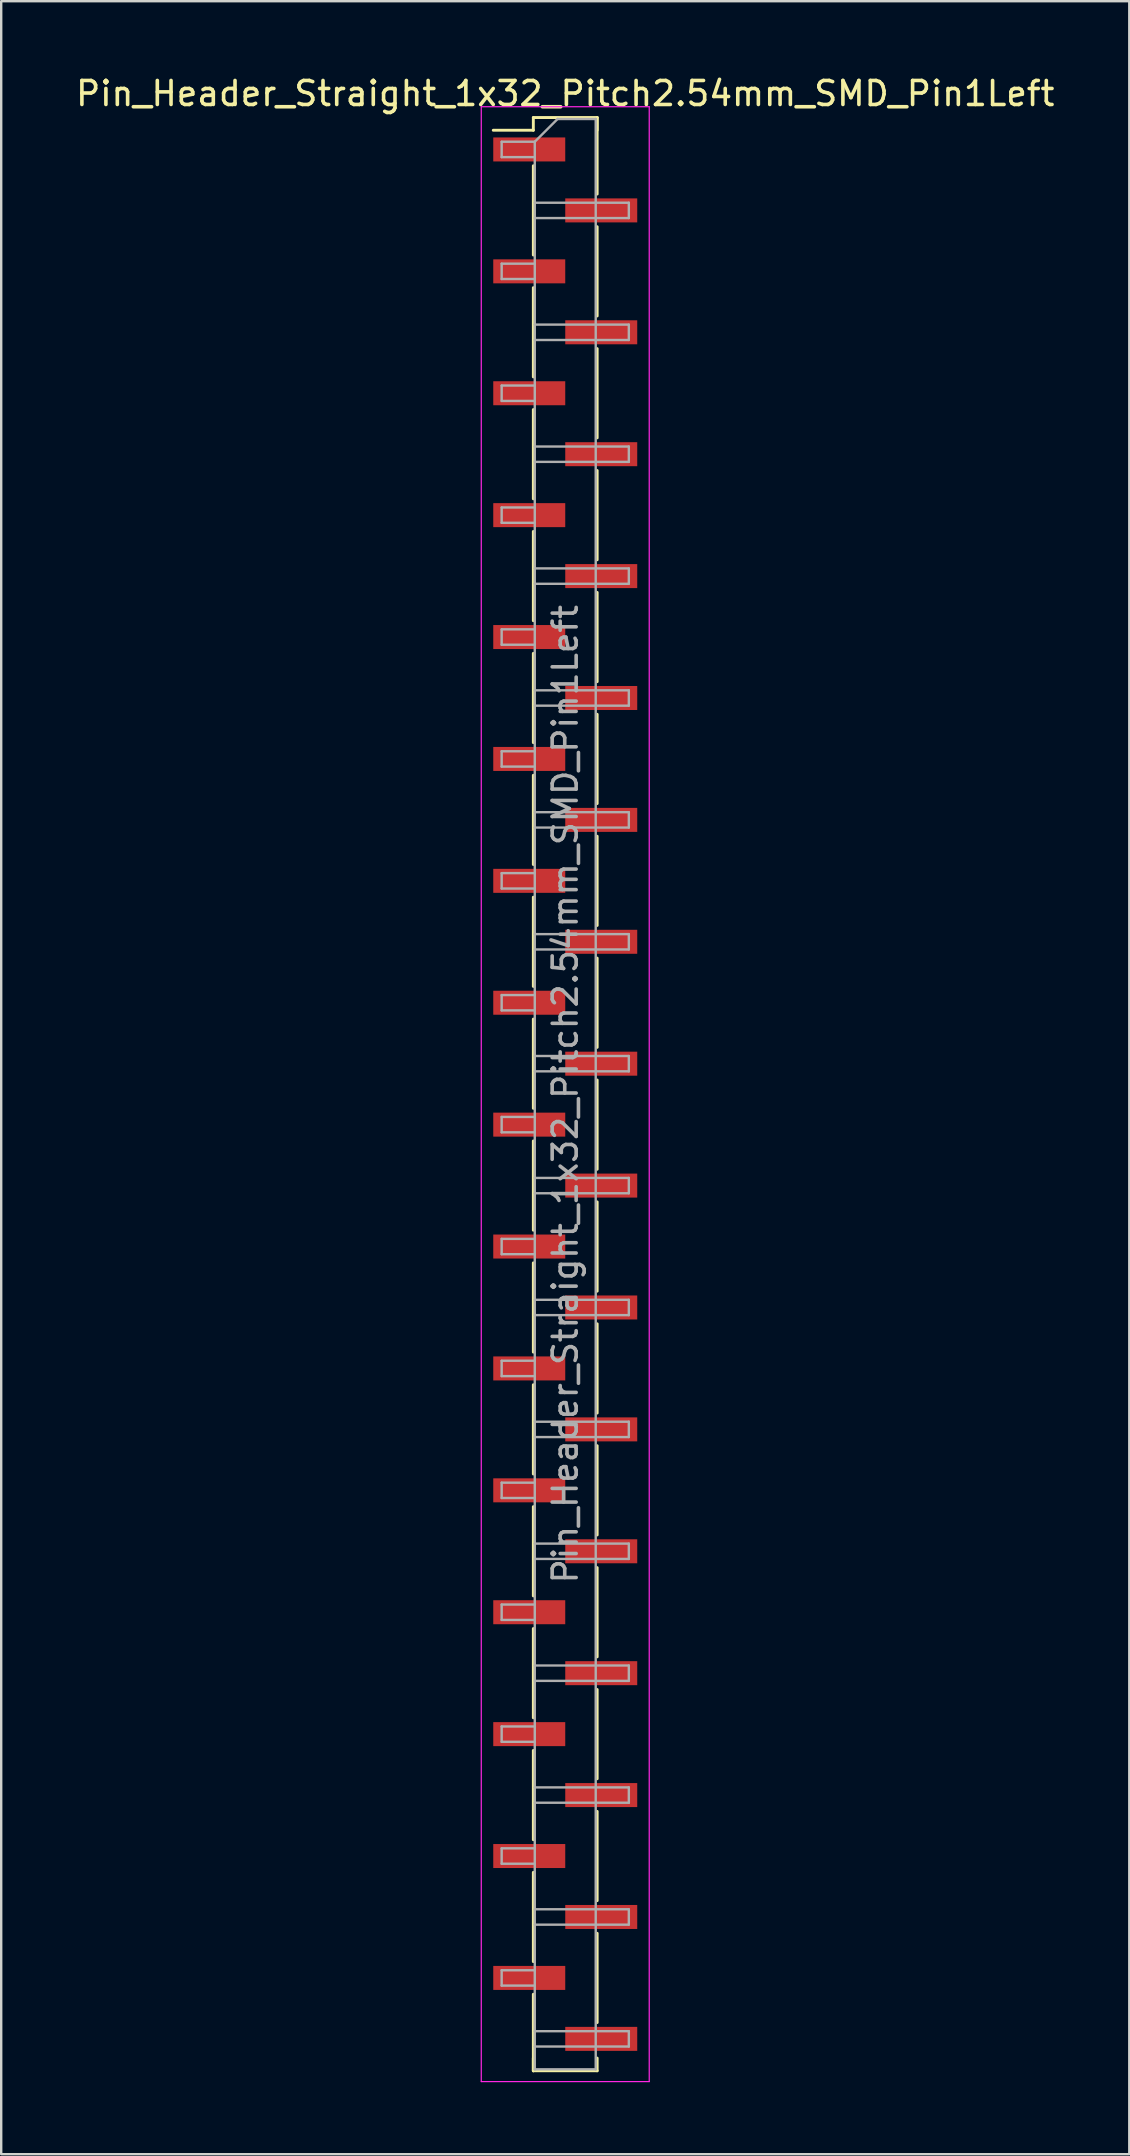
<source format=kicad_pcb>
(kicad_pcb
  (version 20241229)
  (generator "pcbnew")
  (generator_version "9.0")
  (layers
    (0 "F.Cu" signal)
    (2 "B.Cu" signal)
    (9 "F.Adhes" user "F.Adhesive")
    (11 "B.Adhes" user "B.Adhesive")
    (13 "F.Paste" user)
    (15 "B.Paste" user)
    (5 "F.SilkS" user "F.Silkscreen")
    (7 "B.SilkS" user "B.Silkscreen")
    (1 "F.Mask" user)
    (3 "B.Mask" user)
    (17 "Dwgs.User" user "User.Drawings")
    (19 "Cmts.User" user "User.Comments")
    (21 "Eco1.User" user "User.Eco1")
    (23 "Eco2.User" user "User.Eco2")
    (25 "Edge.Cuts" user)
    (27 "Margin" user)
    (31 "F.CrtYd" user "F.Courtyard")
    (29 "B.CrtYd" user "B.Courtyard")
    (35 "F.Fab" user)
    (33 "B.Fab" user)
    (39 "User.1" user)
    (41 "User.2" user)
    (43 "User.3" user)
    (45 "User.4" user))
  (footprint "Pin_Header_Straight_1x32_Pitch2.54mm_SMD_Pin1Left"
    (layer "F.Cu")
    (at 20.506 42.548)
    (property "Reference" "Pin_Header_Straight_1x32_Pitch2.54mm_SMD_Pin1Left" (at 0 -41.7 0) (layer "F.SilkS") (effects (font (size 1 1) (thickness 0.15))))
    (attr smd)
    (fp_line (start -1.33 -40.7) (end 1.33 -40.7) (stroke (width 0.12) (type solid)) (layer "F.SilkS"))
    (fp_line (start -1.33 -40.17) (end -3 -40.17) (stroke (width 0.12) (type solid)) (layer "F.SilkS"))
    (fp_line (start -1.33 -40.17) (end -1.33 -40.7) (stroke (width 0.12) (type solid)) (layer "F.SilkS"))
    (fp_line (start -1.33 -38.69) (end -1.33 -34.97) (stroke (width 0.12) (type solid)) (layer "F.SilkS"))
    (fp_line (start -1.33 -33.61) (end -1.33 -29.89) (stroke (width 0.12) (type solid)) (layer "F.SilkS"))
    (fp_line (start -1.33 -28.53) (end -1.33 -24.81) (stroke (width 0.12) (type solid)) (layer "F.SilkS"))
    (fp_line (start -1.33 -23.45) (end -1.33 -19.73) (stroke (width 0.12) (type solid)) (layer "F.SilkS"))
    (fp_line (start -1.33 -18.37) (end -1.33 -14.65) (stroke (width 0.12) (type solid)) (layer "F.SilkS"))
    (fp_line (start -1.33 -13.29) (end -1.33 -9.57) (stroke (width 0.12) (type solid)) (layer "F.SilkS"))
    (fp_line (start -1.33 -8.21) (end -1.33 -4.49) (stroke (width 0.12) (type solid)) (layer "F.SilkS"))
    (fp_line (start -1.33 -3.13) (end -1.33 0.59) (stroke (width 0.12) (type solid)) (layer "F.SilkS"))
    (fp_line (start -1.33 1.95) (end -1.33 5.67) (stroke (width 0.12) (type solid)) (layer "F.SilkS"))
    (fp_line (start -1.33 7.03) (end -1.33 10.75) (stroke (width 0.12) (type solid)) (layer "F.SilkS"))
    (fp_line (start -1.33 12.11) (end -1.33 15.83) (stroke (width 0.12) (type solid)) (layer "F.SilkS"))
    (fp_line (start -1.33 17.19) (end -1.33 20.91) (stroke (width 0.12) (type solid)) (layer "F.SilkS"))
    (fp_line (start -1.33 22.27) (end -1.33 25.99) (stroke (width 0.12) (type solid)) (layer "F.SilkS"))
    (fp_line (start -1.33 27.35) (end -1.33 31.07) (stroke (width 0.12) (type solid)) (layer "F.SilkS"))
    (fp_line (start -1.33 32.43) (end -1.33 36.15) (stroke (width 0.12) (type solid)) (layer "F.SilkS"))
    (fp_line (start -1.33 37.51) (end -1.33 40.7) (stroke (width 0.12) (type solid)) (layer "F.SilkS"))
    (fp_line (start -1.33 40.17) (end -1.33 40.7) (stroke (width 0.12) (type solid)) (layer "F.SilkS"))
    (fp_line (start -1.33 40.7) (end 1.33 40.7) (stroke (width 0.12) (type solid)) (layer "F.SilkS"))
    (fp_line (start 1.33 -40.7) (end 1.33 -40.17) (stroke (width 0.12) (type solid)) (layer "F.SilkS"))
    (fp_line (start 1.33 -40.7) (end 1.33 -37.51) (stroke (width 0.12) (type solid)) (layer "F.SilkS"))
    (fp_line (start 1.33 -36.15) (end 1.33 -32.43) (stroke (width 0.12) (type solid)) (layer "F.SilkS"))
    (fp_line (start 1.33 -31.07) (end 1.33 -27.35) (stroke (width 0.12) (type solid)) (layer "F.SilkS"))
    (fp_line (start 1.33 -25.99) (end 1.33 -22.27) (stroke (width 0.12) (type solid)) (layer "F.SilkS"))
    (fp_line (start 1.33 -20.91) (end 1.33 -17.19) (stroke (width 0.12) (type solid)) (layer "F.SilkS"))
    (fp_line (start 1.33 -15.83) (end 1.33 -12.11) (stroke (width 0.12) (type solid)) (layer "F.SilkS"))
    (fp_line (start 1.33 -10.75) (end 1.33 -7.03) (stroke (width 0.12) (type solid)) (layer "F.SilkS"))
    (fp_line (start 1.33 -5.67) (end 1.33 -1.95) (stroke (width 0.12) (type solid)) (layer "F.SilkS"))
    (fp_line (start 1.33 -0.59) (end 1.33 3.13) (stroke (width 0.12) (type solid)) (layer "F.SilkS"))
    (fp_line (start 1.33 4.49) (end 1.33 8.21) (stroke (width 0.12) (type solid)) (layer "F.SilkS"))
    (fp_line (start 1.33 9.57) (end 1.33 13.29) (stroke (width 0.12) (type solid)) (layer "F.SilkS"))
    (fp_line (start 1.33 14.65) (end 1.33 18.37) (stroke (width 0.12) (type solid)) (layer "F.SilkS"))
    (fp_line (start 1.33 19.73) (end 1.33 23.45) (stroke (width 0.12) (type solid)) (layer "F.SilkS"))
    (fp_line (start 1.33 24.81) (end 1.33 28.53) (stroke (width 0.12) (type solid)) (layer "F.SilkS"))
    (fp_line (start 1.33 29.89) (end 1.33 33.61) (stroke (width 0.12) (type solid)) (layer "F.SilkS"))
    (fp_line (start 1.33 34.97) (end 1.33 38.69) (stroke (width 0.12) (type solid)) (layer "F.SilkS"))
    (fp_line (start 1.33 40.7) (end 1.33 40.17) (stroke (width 0.12) (type solid)) (layer "F.SilkS"))
    (fp_line (start -3.5 -41.15) (end -3.5 41.15) (stroke (width 0.05) (type solid)) (layer "F.CrtYd"))
    (fp_line (start -3.5 41.15) (end 3.5 41.15) (stroke (width 0.05) (type solid)) (layer "F.CrtYd"))
    (fp_line (start 3.5 -41.15) (end -3.5 -41.15) (stroke (width 0.05) (type solid)) (layer "F.CrtYd"))
    (fp_line (start 3.5 41.15) (end 3.5 -41.15) (stroke (width 0.05) (type solid)) (layer "F.CrtYd"))
    (fp_line (start -2.65 -39.69) (end -2.65 -39.05) (stroke (width 0.1) (type solid)) (layer "F.Fab"))
    (fp_line (start -2.65 -39.05) (end -1.27 -39.05) (stroke (width 0.1) (type solid)) (layer "F.Fab"))
    (fp_line (start -2.65 -34.61) (end -2.65 -33.97) (stroke (width 0.1) (type solid)) (layer "F.Fab"))
    (fp_line (start -2.65 -33.97) (end -1.27 -33.97) (stroke (width 0.1) (type solid)) (layer "F.Fab"))
    (fp_line (start -2.65 -29.53) (end -2.65 -28.89) (stroke (width 0.1) (type solid)) (layer "F.Fab"))
    (fp_line (start -2.65 -28.89) (end -1.27 -28.89) (stroke (width 0.1) (type solid)) (layer "F.Fab"))
    (fp_line (start -2.65 -24.45) (end -2.65 -23.81) (stroke (width 0.1) (type solid)) (layer "F.Fab"))
    (fp_line (start -2.65 -23.81) (end -1.27 -23.81) (stroke (width 0.1) (type solid)) (layer "F.Fab"))
    (fp_line (start -2.65 -19.37) (end -2.65 -18.73) (stroke (width 0.1) (type solid)) (layer "F.Fab"))
    (fp_line (start -2.65 -18.73) (end -1.27 -18.73) (stroke (width 0.1) (type solid)) (layer "F.Fab"))
    (fp_line (start -2.65 -14.29) (end -2.65 -13.65) (stroke (width 0.1) (type solid)) (layer "F.Fab"))
    (fp_line (start -2.65 -13.65) (end -1.27 -13.65) (stroke (width 0.1) (type solid)) (layer "F.Fab"))
    (fp_line (start -2.65 -9.21) (end -2.65 -8.57) (stroke (width 0.1) (type solid)) (layer "F.Fab"))
    (fp_line (start -2.65 -8.57) (end -1.27 -8.57) (stroke (width 0.1) (type solid)) (layer "F.Fab"))
    (fp_line (start -2.65 -4.13) (end -2.65 -3.49) (stroke (width 0.1) (type solid)) (layer "F.Fab"))
    (fp_line (start -2.65 -3.49) (end -1.27 -3.49) (stroke (width 0.1) (type solid)) (layer "F.Fab"))
    (fp_line (start -2.65 0.95) (end -2.65 1.59) (stroke (width 0.1) (type solid)) (layer "F.Fab"))
    (fp_line (start -2.65 1.59) (end -1.27 1.59) (stroke (width 0.1) (type solid)) (layer "F.Fab"))
    (fp_line (start -2.65 6.03) (end -2.65 6.67) (stroke (width 0.1) (type solid)) (layer "F.Fab"))
    (fp_line (start -2.65 6.67) (end -1.27 6.67) (stroke (width 0.1) (type solid)) (layer "F.Fab"))
    (fp_line (start -2.65 11.11) (end -2.65 11.75) (stroke (width 0.1) (type solid)) (layer "F.Fab"))
    (fp_line (start -2.65 11.75) (end -1.27 11.75) (stroke (width 0.1) (type solid)) (layer "F.Fab"))
    (fp_line (start -2.65 16.19) (end -2.65 16.83) (stroke (width 0.1) (type solid)) (layer "F.Fab"))
    (fp_line (start -2.65 16.83) (end -1.27 16.83) (stroke (width 0.1) (type solid)) (layer "F.Fab"))
    (fp_line (start -2.65 21.27) (end -2.65 21.91) (stroke (width 0.1) (type solid)) (layer "F.Fab"))
    (fp_line (start -2.65 21.91) (end -1.27 21.91) (stroke (width 0.1) (type solid)) (layer "F.Fab"))
    (fp_line (start -2.65 26.35) (end -2.65 26.99) (stroke (width 0.1) (type solid)) (layer "F.Fab"))
    (fp_line (start -2.65 26.99) (end -1.27 26.99) (stroke (width 0.1) (type solid)) (layer "F.Fab"))
    (fp_line (start -2.65 31.43) (end -2.65 32.07) (stroke (width 0.1) (type solid)) (layer "F.Fab"))
    (fp_line (start -2.65 32.07) (end -1.27 32.07) (stroke (width 0.1) (type solid)) (layer "F.Fab"))
    (fp_line (start -2.65 36.51) (end -2.65 37.15) (stroke (width 0.1) (type solid)) (layer "F.Fab"))
    (fp_line (start -2.65 37.15) (end -1.27 37.15) (stroke (width 0.1) (type solid)) (layer "F.Fab"))
    (fp_line (start -1.27 -39.69) (end -2.65 -39.69) (stroke (width 0.1) (type solid)) (layer "F.Fab"))
    (fp_line (start -1.27 -39.69) (end -0.32 -40.64) (stroke (width 0.1) (type solid)) (layer "F.Fab"))
    (fp_line (start -1.27 -37.15) (end 2.65 -37.15) (stroke (width 0.1) (type solid)) (layer "F.Fab"))
    (fp_line (start -1.27 -34.61) (end -2.65 -34.61) (stroke (width 0.1) (type solid)) (layer "F.Fab"))
    (fp_line (start -1.27 -32.07) (end 2.65 -32.07) (stroke (width 0.1) (type solid)) (layer "F.Fab"))
    (fp_line (start -1.27 -29.53) (end -2.65 -29.53) (stroke (width 0.1) (type solid)) (layer "F.Fab"))
    (fp_line (start -1.27 -26.99) (end 2.65 -26.99) (stroke (width 0.1) (type solid)) (layer "F.Fab"))
    (fp_line (start -1.27 -24.45) (end -2.65 -24.45) (stroke (width 0.1) (type solid)) (layer "F.Fab"))
    (fp_line (start -1.27 -21.91) (end 2.65 -21.91) (stroke (width 0.1) (type solid)) (layer "F.Fab"))
    (fp_line (start -1.27 -19.37) (end -2.65 -19.37) (stroke (width 0.1) (type solid)) (layer "F.Fab"))
    (fp_line (start -1.27 -16.83) (end 2.65 -16.83) (stroke (width 0.1) (type solid)) (layer "F.Fab"))
    (fp_line (start -1.27 -14.29) (end -2.65 -14.29) (stroke (width 0.1) (type solid)) (layer "F.Fab"))
    (fp_line (start -1.27 -11.75) (end 2.65 -11.75) (stroke (width 0.1) (type solid)) (layer "F.Fab"))
    (fp_line (start -1.27 -9.21) (end -2.65 -9.21) (stroke (width 0.1) (type solid)) (layer "F.Fab"))
    (fp_line (start -1.27 -6.67) (end 2.65 -6.67) (stroke (width 0.1) (type solid)) (layer "F.Fab"))
    (fp_line (start -1.27 -4.13) (end -2.65 -4.13) (stroke (width 0.1) (type solid)) (layer "F.Fab"))
    (fp_line (start -1.27 -1.59) (end 2.65 -1.59) (stroke (width 0.1) (type solid)) (layer "F.Fab"))
    (fp_line (start -1.27 0.95) (end -2.65 0.95) (stroke (width 0.1) (type solid)) (layer "F.Fab"))
    (fp_line (start -1.27 3.49) (end 2.65 3.49) (stroke (width 0.1) (type solid)) (layer "F.Fab"))
    (fp_line (start -1.27 6.03) (end -2.65 6.03) (stroke (width 0.1) (type solid)) (layer "F.Fab"))
    (fp_line (start -1.27 8.57) (end 2.65 8.57) (stroke (width 0.1) (type solid)) (layer "F.Fab"))
    (fp_line (start -1.27 11.11) (end -2.65 11.11) (stroke (width 0.1) (type solid)) (layer "F.Fab"))
    (fp_line (start -1.27 13.65) (end 2.65 13.65) (stroke (width 0.1) (type solid)) (layer "F.Fab"))
    (fp_line (start -1.27 16.19) (end -2.65 16.19) (stroke (width 0.1) (type solid)) (layer "F.Fab"))
    (fp_line (start -1.27 18.73) (end 2.65 18.73) (stroke (width 0.1) (type solid)) (layer "F.Fab"))
    (fp_line (start -1.27 21.27) (end -2.65 21.27) (stroke (width 0.1) (type solid)) (layer "F.Fab"))
    (fp_line (start -1.27 23.81) (end 2.65 23.81) (stroke (width 0.1) (type solid)) (layer "F.Fab"))
    (fp_line (start -1.27 26.35) (end -2.65 26.35) (stroke (width 0.1) (type solid)) (layer "F.Fab"))
    (fp_line (start -1.27 28.89) (end 2.65 28.89) (stroke (width 0.1) (type solid)) (layer "F.Fab"))
    (fp_line (start -1.27 31.43) (end -2.65 31.43) (stroke (width 0.1) (type solid)) (layer "F.Fab"))
    (fp_line (start -1.27 33.97) (end 2.65 33.97) (stroke (width 0.1) (type solid)) (layer "F.Fab"))
    (fp_line (start -1.27 36.51) (end -2.65 36.51) (stroke (width 0.1) (type solid)) (layer "F.Fab"))
    (fp_line (start -1.27 39.05) (end 2.65 39.05) (stroke (width 0.1) (type solid)) (layer "F.Fab"))
    (fp_line (start -1.27 40.64) (end -1.27 -39.69) (stroke (width 0.1) (type solid)) (layer "F.Fab"))
    (fp_line (start -0.32 -40.64) (end 1.27 -40.64) (stroke (width 0.1) (type solid)) (layer "F.Fab"))
    (fp_line (start 1.27 -40.64) (end 1.27 40.64) (stroke (width 0.1) (type solid)) (layer "F.Fab"))
    (fp_line (start 1.27 40.64) (end -1.27 40.64) (stroke (width 0.1) (type solid)) (layer "F.Fab"))
    (fp_line (start 2.65 -37.15) (end 2.65 -36.51) (stroke (width 0.1) (type solid)) (layer "F.Fab"))
    (fp_line (start 2.65 -36.51) (end -1.27 -36.51) (stroke (width 0.1) (type solid)) (layer "F.Fab"))
    (fp_line (start 2.65 -32.07) (end 2.65 -31.43) (stroke (width 0.1) (type solid)) (layer "F.Fab"))
    (fp_line (start 2.65 -31.43) (end -1.27 -31.43) (stroke (width 0.1) (type solid)) (layer "F.Fab"))
    (fp_line (start 2.65 -26.99) (end 2.65 -26.35) (stroke (width 0.1) (type solid)) (layer "F.Fab"))
    (fp_line (start 2.65 -26.35) (end -1.27 -26.35) (stroke (width 0.1) (type solid)) (layer "F.Fab"))
    (fp_line (start 2.65 -21.91) (end 2.65 -21.27) (stroke (width 0.1) (type solid)) (layer "F.Fab"))
    (fp_line (start 2.65 -21.27) (end -1.27 -21.27) (stroke (width 0.1) (type solid)) (layer "F.Fab"))
    (fp_line (start 2.65 -16.83) (end 2.65 -16.19) (stroke (width 0.1) (type solid)) (layer "F.Fab"))
    (fp_line (start 2.65 -16.19) (end -1.27 -16.19) (stroke (width 0.1) (type solid)) (layer "F.Fab"))
    (fp_line (start 2.65 -11.75) (end 2.65 -11.11) (stroke (width 0.1) (type solid)) (layer "F.Fab"))
    (fp_line (start 2.65 -11.11) (end -1.27 -11.11) (stroke (width 0.1) (type solid)) (layer "F.Fab"))
    (fp_line (start 2.65 -6.67) (end 2.65 -6.03) (stroke (width 0.1) (type solid)) (layer "F.Fab"))
    (fp_line (start 2.65 -6.03) (end -1.27 -6.03) (stroke (width 0.1) (type solid)) (layer "F.Fab"))
    (fp_line (start 2.65 -1.59) (end 2.65 -0.95) (stroke (width 0.1) (type solid)) (layer "F.Fab"))
    (fp_line (start 2.65 -0.95) (end -1.27 -0.95) (stroke (width 0.1) (type solid)) (layer "F.Fab"))
    (fp_line (start 2.65 3.49) (end 2.65 4.13) (stroke (width 0.1) (type solid)) (layer "F.Fab"))
    (fp_line (start 2.65 4.13) (end -1.27 4.13) (stroke (width 0.1) (type solid)) (layer "F.Fab"))
    (fp_line (start 2.65 8.57) (end 2.65 9.21) (stroke (width 0.1) (type solid)) (layer "F.Fab"))
    (fp_line (start 2.65 9.21) (end -1.27 9.21) (stroke (width 0.1) (type solid)) (layer "F.Fab"))
    (fp_line (start 2.65 13.65) (end 2.65 14.29) (stroke (width 0.1) (type solid)) (layer "F.Fab"))
    (fp_line (start 2.65 14.29) (end -1.27 14.29) (stroke (width 0.1) (type solid)) (layer "F.Fab"))
    (fp_line (start 2.65 18.73) (end 2.65 19.37) (stroke (width 0.1) (type solid)) (layer "F.Fab"))
    (fp_line (start 2.65 19.37) (end -1.27 19.37) (stroke (width 0.1) (type solid)) (layer "F.Fab"))
    (fp_line (start 2.65 23.81) (end 2.65 24.45) (stroke (width 0.1) (type solid)) (layer "F.Fab"))
    (fp_line (start 2.65 24.45) (end -1.27 24.45) (stroke (width 0.1) (type solid)) (layer "F.Fab"))
    (fp_line (start 2.65 28.89) (end 2.65 29.53) (stroke (width 0.1) (type solid)) (layer "F.Fab"))
    (fp_line (start 2.65 29.53) (end -1.27 29.53) (stroke (width 0.1) (type solid)) (layer "F.Fab"))
    (fp_line (start 2.65 33.97) (end 2.65 34.61) (stroke (width 0.1) (type solid)) (layer "F.Fab"))
    (fp_line (start 2.65 34.61) (end -1.27 34.61) (stroke (width 0.1) (type solid)) (layer "F.Fab"))
    (fp_line (start 2.65 39.05) (end 2.65 39.69) (stroke (width 0.1) (type solid)) (layer "F.Fab"))
    (fp_line (start 2.65 39.69) (end -1.27 39.69) (stroke (width 0.1) (type solid)) (layer "F.Fab"))
    (fp_text user "${REFERENCE}" (at 0 0 90) (layer "F.Fab") (effects (font (size 1 1) (thickness 0.15))))
    (pad "1" smd rect (at -1.5 -39.37) (size 3 1) (layers "F.Cu" "F.Mask" "F.Paste"))
    (pad "2" smd rect (at 1.5 -36.83) (size 3 1) (layers "F.Cu" "F.Mask" "F.Paste"))
    (pad "3" smd rect (at -1.5 -34.29) (size 3 1) (layers "F.Cu" "F.Mask" "F.Paste"))
    (pad "4" smd rect (at 1.5 -31.75) (size 3 1) (layers "F.Cu" "F.Mask" "F.Paste"))
    (pad "5" smd rect (at -1.5 -29.21) (size 3 1) (layers "F.Cu" "F.Mask" "F.Paste"))
    (pad "6" smd rect (at 1.5 -26.67) (size 3 1) (layers "F.Cu" "F.Mask" "F.Paste"))
    (pad "7" smd rect (at -1.5 -24.13) (size 3 1) (layers "F.Cu" "F.Mask" "F.Paste"))
    (pad "8" smd rect (at 1.5 -21.59) (size 3 1) (layers "F.Cu" "F.Mask" "F.Paste"))
    (pad "9" smd rect (at -1.5 -19.05) (size 3 1) (layers "F.Cu" "F.Mask" "F.Paste"))
    (pad "10" smd rect (at 1.5 -16.51) (size 3 1) (layers "F.Cu" "F.Mask" "F.Paste"))
    (pad "11" smd rect (at -1.5 -13.97) (size 3 1) (layers "F.Cu" "F.Mask" "F.Paste"))
    (pad "12" smd rect (at 1.5 -11.43) (size 3 1) (layers "F.Cu" "F.Mask" "F.Paste"))
    (pad "13" smd rect (at -1.5 -8.89) (size 3 1) (layers "F.Cu" "F.Mask" "F.Paste"))
    (pad "14" smd rect (at 1.5 -6.35) (size 3 1) (layers "F.Cu" "F.Mask" "F.Paste"))
    (pad "15" smd rect (at -1.5 -3.81) (size 3 1) (layers "F.Cu" "F.Mask" "F.Paste"))
    (pad "16" smd rect (at 1.5 -1.27) (size 3 1) (layers "F.Cu" "F.Mask" "F.Paste"))
    (pad "17" smd rect (at -1.5 1.27) (size 3 1) (layers "F.Cu" "F.Mask" "F.Paste"))
    (pad "18" smd rect (at 1.5 3.81) (size 3 1) (layers "F.Cu" "F.Mask" "F.Paste"))
    (pad "19" smd rect (at -1.5 6.35) (size 3 1) (layers "F.Cu" "F.Mask" "F.Paste"))
    (pad "20" smd rect (at 1.5 8.89) (size 3 1) (layers "F.Cu" "F.Mask" "F.Paste"))
    (pad "21" smd rect (at -1.5 11.43) (size 3 1) (layers "F.Cu" "F.Mask" "F.Paste"))
    (pad "22" smd rect (at 1.5 13.97) (size 3 1) (layers "F.Cu" "F.Mask" "F.Paste"))
    (pad "23" smd rect (at -1.5 16.51) (size 3 1) (layers "F.Cu" "F.Mask" "F.Paste"))
    (pad "24" smd rect (at 1.5 19.05) (size 3 1) (layers "F.Cu" "F.Mask" "F.Paste"))
    (pad "25" smd rect (at -1.5 21.59) (size 3 1) (layers "F.Cu" "F.Mask" "F.Paste"))
    (pad "26" smd rect (at 1.5 24.13) (size 3 1) (layers "F.Cu" "F.Mask" "F.Paste"))
    (pad "27" smd rect (at -1.5 26.67) (size 3 1) (layers "F.Cu" "F.Mask" "F.Paste"))
    (pad "28" smd rect (at 1.5 29.21) (size 3 1) (layers "F.Cu" "F.Mask" "F.Paste"))
    (pad "29" smd rect (at -1.5 31.75) (size 3 1) (layers "F.Cu" "F.Mask" "F.Paste"))
    (pad "30" smd rect (at 1.5 34.29) (size 3 1) (layers "F.Cu" "F.Mask" "F.Paste"))
    (pad "31" smd rect (at -1.5 36.83) (size 3 1) (layers "F.Cu" "F.Mask" "F.Paste"))
    (pad "32" smd rect (at 1.5 39.37) (size 3 1) (layers "F.Cu" "F.Mask" "F.Paste")))
  (gr_rect
    (start -3 -3)
    (end 44.012 86.723)
    (stroke (width 0.1) (type default))
    (fill no)
    (layer "Edge.Cuts")))
</source>
